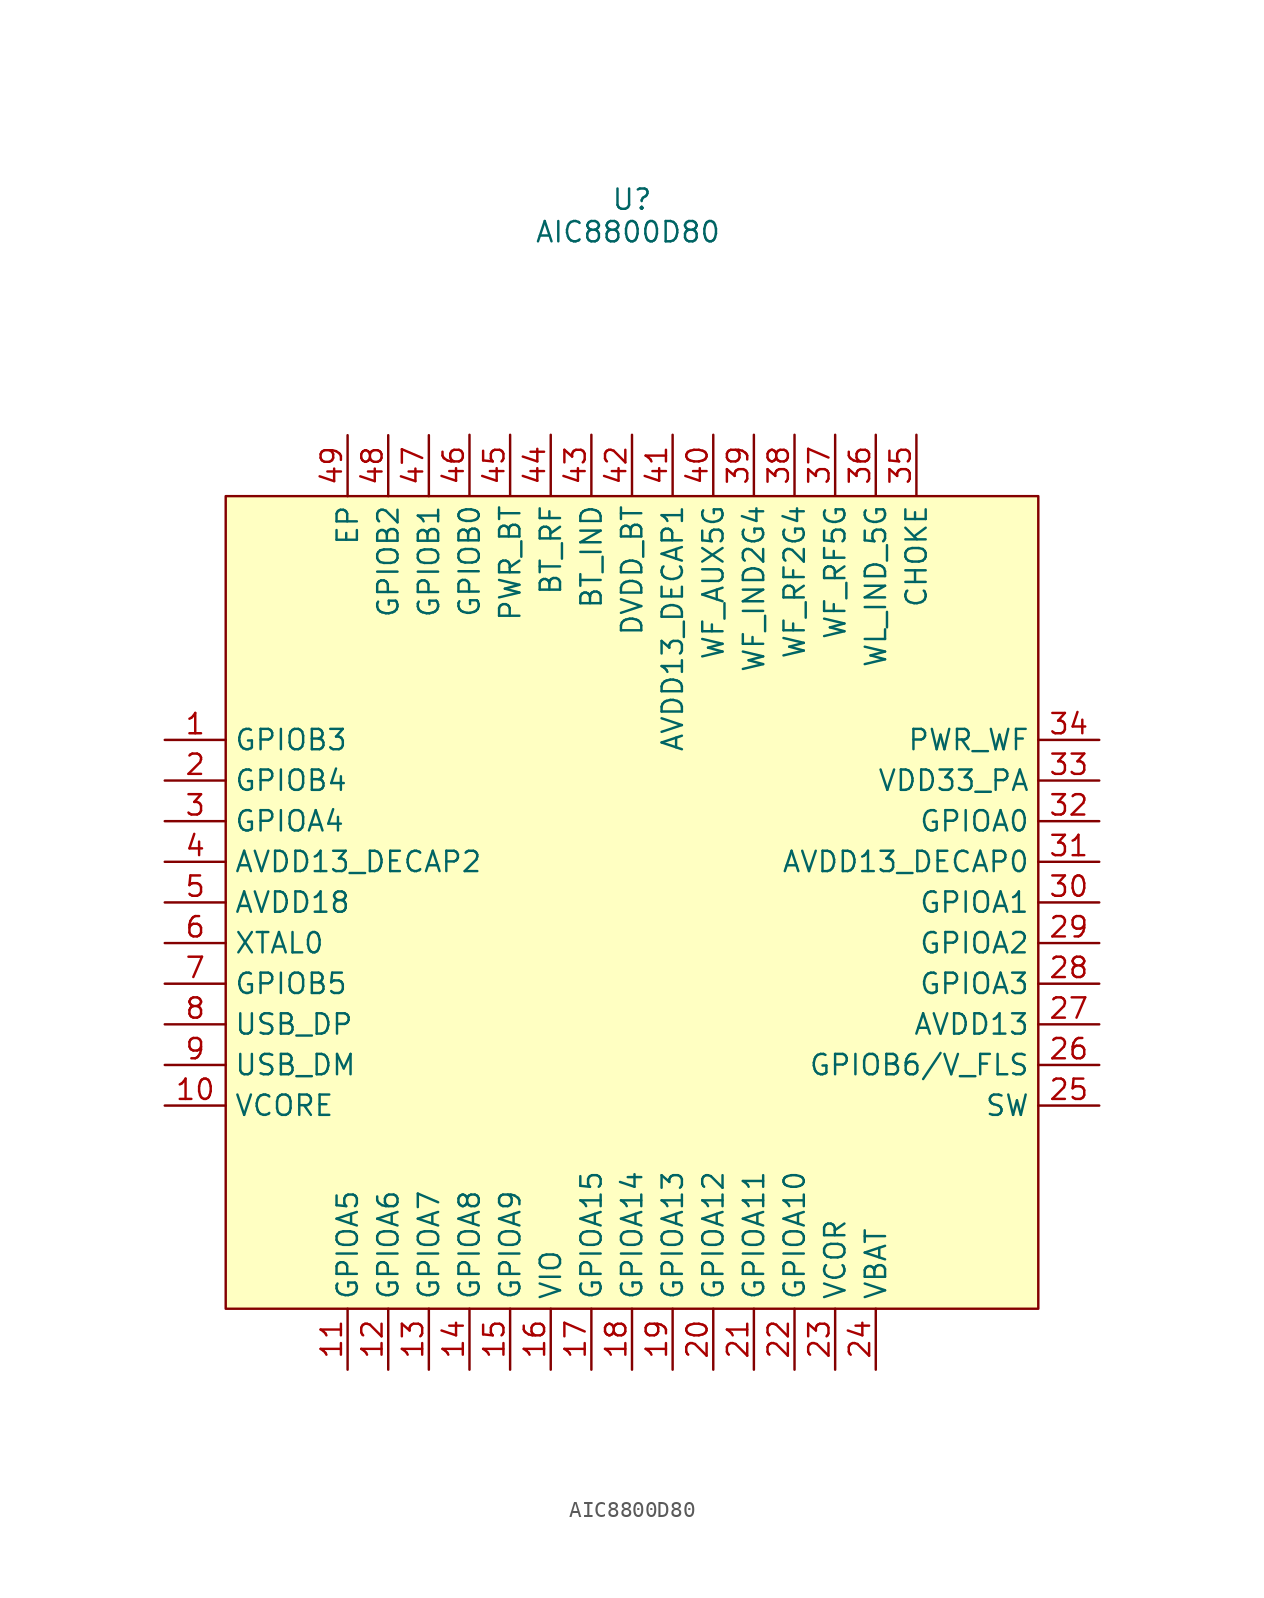
<source format=kicad_sym>
(kicad_symbol_lib
  (version 20231120)
  (generator "kicad_symbol_editor")
  (generator_version "8.0")
  (symbol "AIC8800D80"
    (property "Reference" "U"
      (at 0 43.942 0)
      (effects (font (size 1.27 1.27))))
    (property "Value" "AIC8800D80"
      (at -0.254 41.91 0)
      (effects (font (size 1.27 1.27))))
    (symbol "AIC8800D80_1_0"
      (rectangle (start -25.4 25.4) (end 25.4 -25.4) (stroke (width 0) (type default)) (fill (type background)))
      (pin unspecified line (at -29.21 10.16 0) (length 3.81) (name "GPIOB3" (effects (font (size 1.27 1.27)))) (number "1" (effects (font (size 1.27 1.27)))))
      (pin unspecified line (at -29.21 -12.7 0) (length 3.81) (name "VCORE" (effects (font (size 1.27 1.27)))) (number "10" (effects (font (size 1.27 1.27)))))
      (pin unspecified line (at -17.78 -29.21 90) (length 3.81) (name "GPIOA5" (effects (font (size 1.27 1.27)))) (number "11" (effects (font (size 1.27 1.27)))))
      (pin unspecified line (at -15.24 -29.21 90) (length 3.81) (name "GPIOA6" (effects (font (size 1.27 1.27)))) (number "12" (effects (font (size 1.27 1.27)))))
      (pin unspecified line (at -12.7 -29.21 90) (length 3.81) (name "GPIOA7" (effects (font (size 1.27 1.27)))) (number "13" (effects (font (size 1.27 1.27)))))
      (pin unspecified line (at -10.16 -29.21 90) (length 3.81) (name "GPIOA8" (effects (font (size 1.27 1.27)))) (number "14" (effects (font (size 1.27 1.27)))))
      (pin unspecified line (at -7.62 -29.21 90) (length 3.81) (name "GPIOA9" (effects (font (size 1.27 1.27)))) (number "15" (effects (font (size 1.27 1.27)))))
      (pin unspecified line (at -5.08 -29.21 90) (length 3.81) (name "VIO" (effects (font (size 1.27 1.27)))) (number "16" (effects (font (size 1.27 1.27)))))
      (pin unspecified line (at -2.54 -29.21 90) (length 3.81) (name "GPIOA15" (effects (font (size 1.27 1.27)))) (number "17" (effects (font (size 1.27 1.27)))))
      (pin unspecified line (at 0 -29.21 90) (length 3.81) (name "GPIOA14" (effects (font (size 1.27 1.27)))) (number "18" (effects (font (size 1.27 1.27)))))
      (pin unspecified line (at 2.54 -29.21 90) (length 3.81) (name "GPIOA13" (effects (font (size 1.27 1.27)))) (number "19" (effects (font (size 1.27 1.27)))))
      (pin unspecified line (at -29.21 7.62 0) (length 3.81) (name "GPIOB4" (effects (font (size 1.27 1.27)))) (number "2" (effects (font (size 1.27 1.27)))))
      (pin unspecified line (at 5.08 -29.21 90) (length 3.81) (name "GPIOA12" (effects (font (size 1.27 1.27)))) (number "20" (effects (font (size 1.27 1.27)))))
      (pin unspecified line (at 7.62 -29.21 90) (length 3.81) (name "GPIOA11" (effects (font (size 1.27 1.27)))) (number "21" (effects (font (size 1.27 1.27)))))
      (pin unspecified line (at 10.16 -29.21 90) (length 3.81) (name "GPIOA10" (effects (font (size 1.27 1.27)))) (number "22" (effects (font (size 1.27 1.27)))))
      (pin unspecified line (at 12.7 -29.21 90) (length 3.81) (name "VCOR" (effects (font (size 1.27 1.27)))) (number "23" (effects (font (size 1.27 1.27)))))
      (pin unspecified line (at 15.24 -29.21 90) (length 3.81) (name "VBAT" (effects (font (size 1.27 1.27)))) (number "24" (effects (font (size 1.27 1.27)))))
      (pin unspecified line (at 29.21 -12.7 180) (length 3.81) (name "SW" (effects (font (size 1.27 1.27)))) (number "25" (effects (font (size 1.27 1.27)))))
      (pin unspecified line (at 29.21 -10.16 180) (length 3.81) (name "GPIOB6/V_FLS" (effects (font (size 1.27 1.27)))) (number "26" (effects (font (size 1.27 1.27)))))
      (pin unspecified line (at 29.21 -7.62 180) (length 3.81) (name "AVDD13" (effects (font (size 1.27 1.27)))) (number "27" (effects (font (size 1.27 1.27)))))
      (pin unspecified line (at 29.21 -5.08 180) (length 3.81) (name "GPIOA3" (effects (font (size 1.27 1.27)))) (number "28" (effects (font (size 1.27 1.27)))))
      (pin unspecified line (at 29.21 -2.54 180) (length 3.81) (name "GPIOA2" (effects (font (size 1.27 1.27)))) (number "29" (effects (font (size 1.27 1.27)))))
      (pin unspecified line (at -29.21 5.08 0) (length 3.81) (name "GPIOA4" (effects (font (size 1.27 1.27)))) (number "3" (effects (font (size 1.27 1.27)))))
      (pin unspecified line (at 29.21 0 180) (length 3.81) (name "GPIOA1" (effects (font (size 1.27 1.27)))) (number "30" (effects (font (size 1.27 1.27)))))
      (pin unspecified line (at 29.21 2.54 180) (length 3.81) (name "AVDD13_DECAP0" (effects (font (size 1.27 1.27)))) (number "31" (effects (font (size 1.27 1.27)))))
      (pin unspecified line (at 29.21 5.08 180) (length 3.81) (name "GPIOA0" (effects (font (size 1.27 1.27)))) (number "32" (effects (font (size 1.27 1.27)))))
      (pin unspecified line (at 29.21 7.62 180) (length 3.81) (name "VDD33_PA" (effects (font (size 1.27 1.27)))) (number "33" (effects (font (size 1.27 1.27)))))
      (pin unspecified line (at 29.21 10.16 180) (length 3.81) (name "PWR_WF" (effects (font (size 1.27 1.27)))) (number "34" (effects (font (size 1.27 1.27)))))
      (pin unspecified line (at 17.78 29.235 270) (length 3.81) (name "CHOKE" (effects (font (size 1.27 1.27)))) (number "35" (effects (font (size 1.27 1.27)))))
      (pin unspecified line (at 15.24 29.235 270) (length 3.81) (name "WL_IND_5G" (effects (font (size 1.27 1.27)))) (number "36" (effects (font (size 1.27 1.27)))))
      (pin unspecified line (at 12.7 29.235 270) (length 3.81) (name "WF_RF5G" (effects (font (size 1.27 1.27)))) (number "37" (effects (font (size 1.27 1.27)))))
      (pin unspecified line (at 10.16 29.235 270) (length 3.81) (name "WF_RF2G4" (effects (font (size 1.27 1.27)))) (number "38" (effects (font (size 1.27 1.27)))))
      (pin unspecified line (at 7.62 29.235 270) (length 3.81) (name "WF_IND2G4" (effects (font (size 1.27 1.27)))) (number "39" (effects (font (size 1.27 1.27)))))
      (pin unspecified line (at -29.21 2.54 0) (length 3.81) (name "AVDD13_DECAP2" (effects (font (size 1.27 1.27)))) (number "4" (effects (font (size 1.27 1.27)))))
      (pin unspecified line (at 5.08 29.235 270) (length 3.81) (name "WF_AUX5G" (effects (font (size 1.27 1.27)))) (number "40" (effects (font (size 1.27 1.27)))))
      (pin unspecified line (at 2.54 29.235 270) (length 3.81) (name "AVDD13_DECAP1" (effects (font (size 1.27 1.27)))) (number "41" (effects (font (size 1.27 1.27)))))
      (pin unspecified line (at 0 29.235 270) (length 3.81) (name "DVDD_BT" (effects (font (size 1.27 1.27)))) (number "42" (effects (font (size 1.27 1.27)))))
      (pin unspecified line (at -2.54 29.235 270) (length 3.81) (name "BT_IND" (effects (font (size 1.27 1.27)))) (number "43" (effects (font (size 1.27 1.27)))))
      (pin unspecified line (at -5.08 29.235 270) (length 3.81) (name "BT_RF" (effects (font (size 1.27 1.27)))) (number "44" (effects (font (size 1.27 1.27)))))
      (pin unspecified line (at -7.62 29.235 270) (length 3.81) (name "PWR_BT" (effects (font (size 1.27 1.27)))) (number "45" (effects (font (size 1.27 1.27)))))
      (pin unspecified line (at -10.16 29.235 270) (length 3.81) (name "GPIOB0" (effects (font (size 1.27 1.27)))) (number "46" (effects (font (size 1.27 1.27)))))
      (pin unspecified line (at -12.7 29.21 270) (length 3.81) (name "GPIOB1" (effects (font (size 1.27 1.27)))) (number "47" (effects (font (size 1.27 1.27)))))
      (pin unspecified line (at -15.24 29.21 270) (length 3.81) (name "GPIOB2" (effects (font (size 1.27 1.27)))) (number "48" (effects (font (size 1.27 1.27)))))
      (pin unspecified line (at -17.78 29.21 270) (length 3.81) (name "EP" (effects (font (size 1.27 1.27)))) (number "49" (effects (font (size 1.27 1.27)))))
      (pin unspecified line (at -29.21 0 0) (length 3.81) (name "AVDD18" (effects (font (size 1.27 1.27)))) (number "5" (effects (font (size 1.27 1.27)))))
      (pin unspecified line (at -29.21 -2.54 0) (length 3.81) (name "XTAL0" (effects (font (size 1.27 1.27)))) (number "6" (effects (font (size 1.27 1.27)))))
      (pin unspecified line (at -29.21 -5.08 0) (length 3.81) (name "GPIOB5" (effects (font (size 1.27 1.27)))) (number "7" (effects (font (size 1.27 1.27)))))
      (pin unspecified line (at -29.21 -7.62 0) (length 3.81) (name "USB_DP" (effects (font (size 1.27 1.27)))) (number "8" (effects (font (size 1.27 1.27)))))
      (pin unspecified line (at -29.21 -10.16 0) (length 3.81) (name "USB_DM" (effects (font (size 1.27 1.27)))) (number "9" (effects (font (size 1.27 1.27))))))))
</source>
